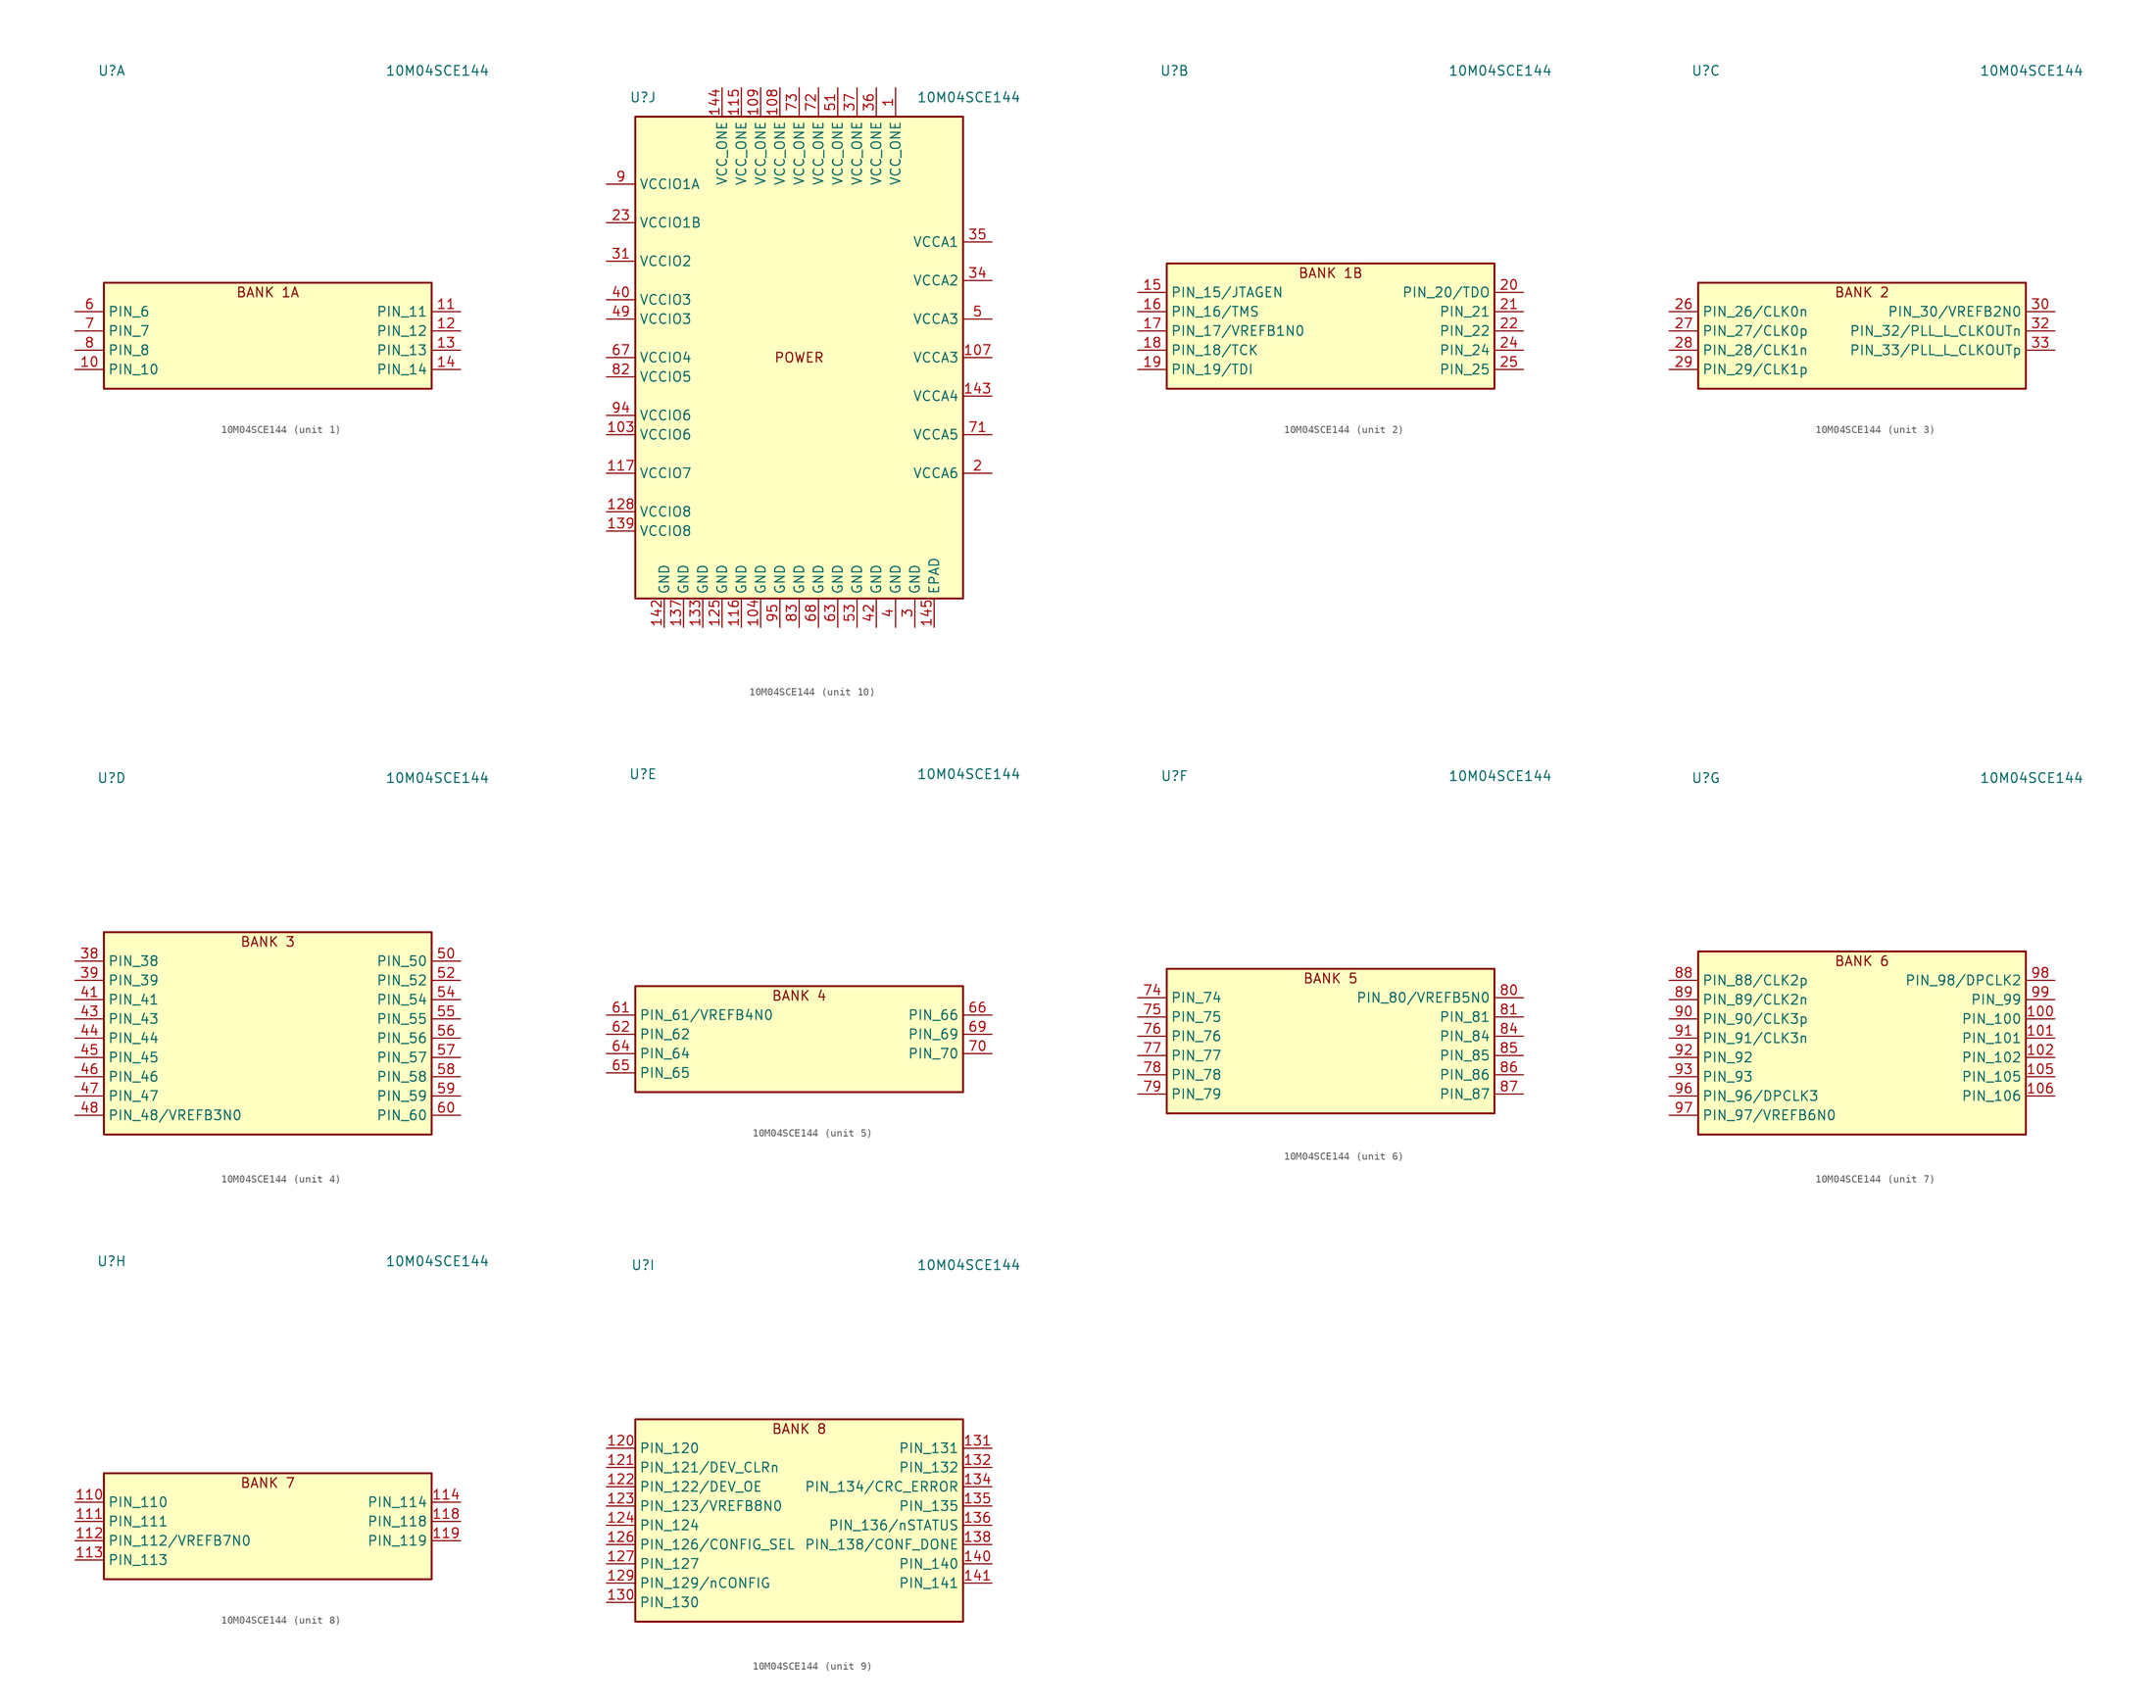
<source format=kicad_sym>
(kicad_symbol_lib
  (version 20241209)
  (generator "kicad_symbol_editor")
  (generator_version "9.0")
  (symbol "10M04SCE144"
    (property "Reference" "U"
      (at -20.574 34.29 0)
      (effects (font (size 1.27 1.27))))
    (property "Value" "10M04SCE144"
      (at 22.352 34.29 0)
      (effects (font (size 1.27 1.27))))
    (property "ki_locked" ""
      (at 0 0 0)
      (effects (font (size 1.27 1.27))))
    (symbol "10M04SCE144_1_1"
      (rectangle (start -21.59 6.35) (end 21.59 -7.62) (stroke (width 0.254) (type default)) (fill (type background)))
      (text "BANK 1A" (at 0 5.08 0) (effects (font (size 1.27 1.27))))
      (pin bidirectional line (at -25.4 2.54 0) (length 3.81) (name "PIN_6" (effects (font (size 1.27 1.27)))) (number "6" (effects (font (size 1.27 1.27)))))
      (pin bidirectional line (at -25.4 0 0) (length 3.81) (name "PIN_7" (effects (font (size 1.27 1.27)))) (number "7" (effects (font (size 1.27 1.27)))))
      (pin bidirectional line (at -25.4 -2.54 0) (length 3.81) (name "PIN_8" (effects (font (size 1.27 1.27)))) (number "8" (effects (font (size 1.27 1.27)))))
      (pin bidirectional line (at -25.4 -5.08 0) (length 3.81) (name "PIN_10" (effects (font (size 1.27 1.27)))) (number "10" (effects (font (size 1.27 1.27)))))
      (pin bidirectional line (at 25.4 2.54 180) (length 3.81) (name "PIN_11" (effects (font (size 1.27 1.27)))) (number "11" (effects (font (size 1.27 1.27)))))
      (pin bidirectional line (at 25.4 0 180) (length 3.81) (name "PIN_12" (effects (font (size 1.27 1.27)))) (number "12" (effects (font (size 1.27 1.27)))))
      (pin bidirectional line (at 25.4 -2.54 180) (length 3.81) (name "PIN_13" (effects (font (size 1.27 1.27)))) (number "13" (effects (font (size 1.27 1.27)))))
      (pin bidirectional line (at 25.4 -5.08 180) (length 3.81) (name "PIN_14" (effects (font (size 1.27 1.27)))) (number "14" (effects (font (size 1.27 1.27))))))
    (symbol "10M04SCE144_2_1"
      (rectangle (start -21.59 8.89) (end 21.59 -7.62) (stroke (width 0.254) (type default)) (fill (type background)))
      (text "BANK 1B" (at 0 7.62 0) (effects (font (size 1.27 1.27))))
      (pin bidirectional line (at -25.4 5.08 0) (length 3.81) (name "PIN_15/JTAGEN" (effects (font (size 1.27 1.27)))) (number "15" (effects (font (size 1.27 1.27)))))
      (pin bidirectional line (at -25.4 2.54 0) (length 3.81) (name "PIN_16/TMS" (effects (font (size 1.27 1.27)))) (number "16" (effects (font (size 1.27 1.27)))))
      (pin bidirectional line (at -25.4 0 0) (length 3.81) (name "PIN_17/VREFB1N0" (effects (font (size 1.27 1.27)))) (number "17" (effects (font (size 1.27 1.27)))))
      (pin bidirectional line (at -25.4 -2.54 0) (length 3.81) (name "PIN_18/TCK" (effects (font (size 1.27 1.27)))) (number "18" (effects (font (size 1.27 1.27)))))
      (pin bidirectional line (at -25.4 -5.08 0) (length 3.81) (name "PIN_19/TDI" (effects (font (size 1.27 1.27)))) (number "19" (effects (font (size 1.27 1.27)))))
      (pin bidirectional line (at 25.4 5.08 180) (length 3.81) (name "PIN_20/TDO" (effects (font (size 1.27 1.27)))) (number "20" (effects (font (size 1.27 1.27)))))
      (pin bidirectional line (at 25.4 2.54 180) (length 3.81) (name "PIN_21" (effects (font (size 1.27 1.27)))) (number "21" (effects (font (size 1.27 1.27)))))
      (pin bidirectional line (at 25.4 0 180) (length 3.81) (name "PIN_22" (effects (font (size 1.27 1.27)))) (number "22" (effects (font (size 1.27 1.27)))))
      (pin bidirectional line (at 25.4 -2.54 180) (length 3.81) (name "PIN_24" (effects (font (size 1.27 1.27)))) (number "24" (effects (font (size 1.27 1.27)))))
      (pin bidirectional line (at 25.4 -5.08 180) (length 3.81) (name "PIN_25" (effects (font (size 1.27 1.27)))) (number "25" (effects (font (size 1.27 1.27))))))
    (symbol "10M04SCE144_3_1"
      (rectangle (start -21.59 6.35) (end 21.59 -7.62) (stroke (width 0.254) (type default)) (fill (type background)))
      (text "BANK 2" (at 0 5.08 0) (effects (font (size 1.27 1.27))))
      (pin bidirectional line (at -25.4 2.54 0) (length 3.81) (name "PIN_26/CLK0n" (effects (font (size 1.27 1.27)))) (number "26" (effects (font (size 1.27 1.27)))))
      (pin bidirectional line (at -25.4 0 0) (length 3.81) (name "PIN_27/CLK0p" (effects (font (size 1.27 1.27)))) (number "27" (effects (font (size 1.27 1.27)))))
      (pin bidirectional line (at -25.4 -2.54 0) (length 3.81) (name "PIN_28/CLK1n" (effects (font (size 1.27 1.27)))) (number "28" (effects (font (size 1.27 1.27)))))
      (pin bidirectional line (at -25.4 -5.08 0) (length 3.81) (name "PIN_29/CLK1p" (effects (font (size 1.27 1.27)))) (number "29" (effects (font (size 1.27 1.27)))))
      (pin bidirectional line (at 25.4 2.54 180) (length 3.81) (name "PIN_30/VREFB2N0" (effects (font (size 1.27 1.27)))) (number "30" (effects (font (size 1.27 1.27)))))
      (pin bidirectional line (at 25.4 0 180) (length 3.81) (name "PIN_32/PLL_L_CLKOUTn" (effects (font (size 1.27 1.27)))) (number "32" (effects (font (size 1.27 1.27)))))
      (pin bidirectional line (at 25.4 -2.54 180) (length 3.81) (name "PIN_33/PLL_L_CLKOUTp" (effects (font (size 1.27 1.27)))) (number "33" (effects (font (size 1.27 1.27))))))
    (symbol "10M04SCE144_4_1"
      (rectangle (start -21.59 13.97) (end 21.59 -12.7) (stroke (width 0.254) (type default)) (fill (type background)))
      (text "BANK 3" (at 0 12.7 0) (effects (font (size 1.27 1.27))))
      (pin bidirectional line (at -25.4 10.16 0) (length 3.81) (name "PIN_38" (effects (font (size 1.27 1.27)))) (number "38" (effects (font (size 1.27 1.27)))))
      (pin bidirectional line (at -25.4 7.62 0) (length 3.81) (name "PIN_39" (effects (font (size 1.27 1.27)))) (number "39" (effects (font (size 1.27 1.27)))))
      (pin bidirectional line (at -25.4 5.08 0) (length 3.81) (name "PIN_41" (effects (font (size 1.27 1.27)))) (number "41" (effects (font (size 1.27 1.27)))))
      (pin bidirectional line (at -25.4 2.54 0) (length 3.81) (name "PIN_43" (effects (font (size 1.27 1.27)))) (number "43" (effects (font (size 1.27 1.27)))))
      (pin bidirectional line (at -25.4 0 0) (length 3.81) (name "PIN_44" (effects (font (size 1.27 1.27)))) (number "44" (effects (font (size 1.27 1.27)))))
      (pin bidirectional line (at -25.4 -2.54 0) (length 3.81) (name "PIN_45" (effects (font (size 1.27 1.27)))) (number "45" (effects (font (size 1.27 1.27)))))
      (pin bidirectional line (at -25.4 -5.08 0) (length 3.81) (name "PIN_46" (effects (font (size 1.27 1.27)))) (number "46" (effects (font (size 1.27 1.27)))))
      (pin bidirectional line (at -25.4 -7.62 0) (length 3.81) (name "PIN_47" (effects (font (size 1.27 1.27)))) (number "47" (effects (font (size 1.27 1.27)))))
      (pin bidirectional line (at -25.4 -10.16 0) (length 3.81) (name "PIN_48/VREFB3N0" (effects (font (size 1.27 1.27)))) (number "48" (effects (font (size 1.27 1.27)))))
      (pin bidirectional line (at 25.4 10.16 180) (length 3.81) (name "PIN_50" (effects (font (size 1.27 1.27)))) (number "50" (effects (font (size 1.27 1.27)))))
      (pin bidirectional line (at 25.4 7.62 180) (length 3.81) (name "PIN_52" (effects (font (size 1.27 1.27)))) (number "52" (effects (font (size 1.27 1.27)))))
      (pin bidirectional line (at 25.4 5.08 180) (length 3.81) (name "PIN_54" (effects (font (size 1.27 1.27)))) (number "54" (effects (font (size 1.27 1.27)))))
      (pin bidirectional line (at 25.4 2.54 180) (length 3.81) (name "PIN_55" (effects (font (size 1.27 1.27)))) (number "55" (effects (font (size 1.27 1.27)))))
      (pin bidirectional line (at 25.4 0 180) (length 3.81) (name "PIN_56" (effects (font (size 1.27 1.27)))) (number "56" (effects (font (size 1.27 1.27)))))
      (pin bidirectional line (at 25.4 -2.54 180) (length 3.81) (name "PIN_57" (effects (font (size 1.27 1.27)))) (number "57" (effects (font (size 1.27 1.27)))))
      (pin bidirectional line (at 25.4 -5.08 180) (length 3.81) (name "PIN_58" (effects (font (size 1.27 1.27)))) (number "58" (effects (font (size 1.27 1.27)))))
      (pin bidirectional line (at 25.4 -7.62 180) (length 3.81) (name "PIN_59" (effects (font (size 1.27 1.27)))) (number "59" (effects (font (size 1.27 1.27)))))
      (pin bidirectional line (at 25.4 -10.16 180) (length 3.81) (name "PIN_60" (effects (font (size 1.27 1.27)))) (number "60" (effects (font (size 1.27 1.27))))))
    (symbol "10M04SCE144_5_1"
      (rectangle (start -21.59 6.35) (end 21.59 -7.62) (stroke (width 0.254) (type default)) (fill (type background)))
      (text "BANK 4" (at 0 5.08 0) (effects (font (size 1.27 1.27))))
      (pin bidirectional line (at -25.4 2.54 0) (length 3.81) (name "PIN_61/VREFB4N0" (effects (font (size 1.27 1.27)))) (number "61" (effects (font (size 1.27 1.27)))))
      (pin bidirectional line (at -25.4 0 0) (length 3.81) (name "PIN_62" (effects (font (size 1.27 1.27)))) (number "62" (effects (font (size 1.27 1.27)))))
      (pin bidirectional line (at -25.4 -2.54 0) (length 3.81) (name "PIN_64" (effects (font (size 1.27 1.27)))) (number "64" (effects (font (size 1.27 1.27)))))
      (pin bidirectional line (at -25.4 -5.08 0) (length 3.81) (name "PIN_65" (effects (font (size 1.27 1.27)))) (number "65" (effects (font (size 1.27 1.27)))))
      (pin bidirectional line (at 25.4 2.54 180) (length 3.81) (name "PIN_66" (effects (font (size 1.27 1.27)))) (number "66" (effects (font (size 1.27 1.27)))))
      (pin bidirectional line (at 25.4 0 180) (length 3.81) (name "PIN_69" (effects (font (size 1.27 1.27)))) (number "69" (effects (font (size 1.27 1.27)))))
      (pin bidirectional line (at 25.4 -2.54 180) (length 3.81) (name "PIN_70" (effects (font (size 1.27 1.27)))) (number "70" (effects (font (size 1.27 1.27))))))
    (symbol "10M04SCE144_6_1"
      (rectangle (start -21.59 8.89) (end 21.59 -10.16) (stroke (width 0.254) (type default)) (fill (type background)))
      (text "BANK 5" (at 0 7.62 0) (effects (font (size 1.27 1.27))))
      (pin bidirectional line (at -25.4 5.08 0) (length 3.81) (name "PIN_74" (effects (font (size 1.27 1.27)))) (number "74" (effects (font (size 1.27 1.27)))))
      (pin bidirectional line (at -25.4 2.54 0) (length 3.81) (name "PIN_75" (effects (font (size 1.27 1.27)))) (number "75" (effects (font (size 1.27 1.27)))))
      (pin bidirectional line (at -25.4 0 0) (length 3.81) (name "PIN_76" (effects (font (size 1.27 1.27)))) (number "76" (effects (font (size 1.27 1.27)))))
      (pin bidirectional line (at -25.4 -2.54 0) (length 3.81) (name "PIN_77" (effects (font (size 1.27 1.27)))) (number "77" (effects (font (size 1.27 1.27)))))
      (pin bidirectional line (at -25.4 -5.08 0) (length 3.81) (name "PIN_78" (effects (font (size 1.27 1.27)))) (number "78" (effects (font (size 1.27 1.27)))))
      (pin bidirectional line (at -25.4 -7.62 0) (length 3.81) (name "PIN_79" (effects (font (size 1.27 1.27)))) (number "79" (effects (font (size 1.27 1.27)))))
      (pin bidirectional line (at 25.4 5.08 180) (length 3.81) (name "PIN_80/VREFB5N0" (effects (font (size 1.27 1.27)))) (number "80" (effects (font (size 1.27 1.27)))))
      (pin bidirectional line (at 25.4 2.54 180) (length 3.81) (name "PIN_81" (effects (font (size 1.27 1.27)))) (number "81" (effects (font (size 1.27 1.27)))))
      (pin bidirectional line (at 25.4 0 180) (length 3.81) (name "PIN_84" (effects (font (size 1.27 1.27)))) (number "84" (effects (font (size 1.27 1.27)))))
      (pin bidirectional line (at 25.4 -2.54 180) (length 3.81) (name "PIN_85" (effects (font (size 1.27 1.27)))) (number "85" (effects (font (size 1.27 1.27)))))
      (pin bidirectional line (at 25.4 -5.08 180) (length 3.81) (name "PIN_86" (effects (font (size 1.27 1.27)))) (number "86" (effects (font (size 1.27 1.27)))))
      (pin bidirectional line (at 25.4 -7.62 180) (length 3.81) (name "PIN_87" (effects (font (size 1.27 1.27)))) (number "87" (effects (font (size 1.27 1.27))))))
    (symbol "10M04SCE144_7_1"
      (rectangle (start -21.59 11.43) (end 21.59 -12.7) (stroke (width 0.254) (type default)) (fill (type background)))
      (text "BANK 6" (at 0 10.16 0) (effects (font (size 1.27 1.27))))
      (pin bidirectional line (at -25.4 7.62 0) (length 3.81) (name "PIN_88/CLK2p" (effects (font (size 1.27 1.27)))) (number "88" (effects (font (size 1.27 1.27)))))
      (pin bidirectional line (at -25.4 5.08 0) (length 3.81) (name "PIN_89/CLK2n" (effects (font (size 1.27 1.27)))) (number "89" (effects (font (size 1.27 1.27)))))
      (pin bidirectional line (at -25.4 2.54 0) (length 3.81) (name "PIN_90/CLK3p" (effects (font (size 1.27 1.27)))) (number "90" (effects (font (size 1.27 1.27)))))
      (pin bidirectional line (at -25.4 0 0) (length 3.81) (name "PIN_91/CLK3n" (effects (font (size 1.27 1.27)))) (number "91" (effects (font (size 1.27 1.27)))))
      (pin bidirectional line (at -25.4 -2.54 0) (length 3.81) (name "PIN_92" (effects (font (size 1.27 1.27)))) (number "92" (effects (font (size 1.27 1.27)))))
      (pin bidirectional line (at -25.4 -5.08 0) (length 3.81) (name "PIN_93" (effects (font (size 1.27 1.27)))) (number "93" (effects (font (size 1.27 1.27)))))
      (pin bidirectional line (at -25.4 -7.62 0) (length 3.81) (name "PIN_96/DPCLK3" (effects (font (size 1.27 1.27)))) (number "96" (effects (font (size 1.27 1.27)))))
      (pin bidirectional line (at -25.4 -10.16 0) (length 3.81) (name "PIN_97/VREFB6N0" (effects (font (size 1.27 1.27)))) (number "97" (effects (font (size 1.27 1.27)))))
      (pin bidirectional line (at 25.4 7.62 180) (length 3.81) (name "PIN_98/DPCLK2" (effects (font (size 1.27 1.27)))) (number "98" (effects (font (size 1.27 1.27)))))
      (pin bidirectional line (at 25.4 5.08 180) (length 3.81) (name "PIN_99" (effects (font (size 1.27 1.27)))) (number "99" (effects (font (size 1.27 1.27)))))
      (pin bidirectional line (at 25.4 2.54 180) (length 3.81) (name "PIN_100" (effects (font (size 1.27 1.27)))) (number "100" (effects (font (size 1.27 1.27)))))
      (pin bidirectional line (at 25.4 0 180) (length 3.81) (name "PIN_101" (effects (font (size 1.27 1.27)))) (number "101" (effects (font (size 1.27 1.27)))))
      (pin bidirectional line (at 25.4 -2.54 180) (length 3.81) (name "PIN_102" (effects (font (size 1.27 1.27)))) (number "102" (effects (font (size 1.27 1.27)))))
      (pin bidirectional line (at 25.4 -5.08 180) (length 3.81) (name "PIN_105" (effects (font (size 1.27 1.27)))) (number "105" (effects (font (size 1.27 1.27)))))
      (pin bidirectional line (at 25.4 -7.62 180) (length 3.81) (name "PIN_106" (effects (font (size 1.27 1.27)))) (number "106" (effects (font (size 1.27 1.27))))))
    (symbol "10M04SCE144_8_1"
      (rectangle (start -21.59 6.35) (end 21.59 -7.62) (stroke (width 0.254) (type default)) (fill (type background)))
      (text "BANK 7" (at 0 5.08 0) (effects (font (size 1.27 1.27))))
      (pin bidirectional line (at -25.4 2.54 0) (length 3.81) (name "PIN_110" (effects (font (size 1.27 1.27)))) (number "110" (effects (font (size 1.27 1.27)))))
      (pin bidirectional line (at -25.4 0 0) (length 3.81) (name "PIN_111" (effects (font (size 1.27 1.27)))) (number "111" (effects (font (size 1.27 1.27)))))
      (pin bidirectional line (at -25.4 -2.54 0) (length 3.81) (name "PIN_112/VREFB7N0" (effects (font (size 1.27 1.27)))) (number "112" (effects (font (size 1.27 1.27)))))
      (pin bidirectional line (at -25.4 -5.08 0) (length 3.81) (name "PIN_113" (effects (font (size 1.27 1.27)))) (number "113" (effects (font (size 1.27 1.27)))))
      (pin bidirectional line (at 25.4 2.54 180) (length 3.81) (name "PIN_114" (effects (font (size 1.27 1.27)))) (number "114" (effects (font (size 1.27 1.27)))))
      (pin bidirectional line (at 25.4 0 180) (length 3.81) (name "PIN_118" (effects (font (size 1.27 1.27)))) (number "118" (effects (font (size 1.27 1.27)))))
      (pin bidirectional line (at 25.4 -2.54 180) (length 3.81) (name "PIN_119" (effects (font (size 1.27 1.27)))) (number "119" (effects (font (size 1.27 1.27))))))
    (symbol "10M04SCE144_9_1"
      (rectangle (start -21.59 13.97) (end 21.59 -12.7) (stroke (width 0.254) (type default)) (fill (type background)))
      (text "BANK 8" (at 0 12.7 0) (effects (font (size 1.27 1.27))))
      (pin bidirectional line (at -25.4 10.16 0) (length 3.81) (name "PIN_120" (effects (font (size 1.27 1.27)))) (number "120" (effects (font (size 1.27 1.27)))))
      (pin bidirectional line (at -25.4 7.62 0) (length 3.81) (name "PIN_121/DEV_CLRn" (effects (font (size 1.27 1.27)))) (number "121" (effects (font (size 1.27 1.27)))))
      (pin bidirectional line (at -25.4 5.08 0) (length 3.81) (name "PIN_122/DEV_OE" (effects (font (size 1.27 1.27)))) (number "122" (effects (font (size 1.27 1.27)))))
      (pin bidirectional line (at -25.4 2.54 0) (length 3.81) (name "PIN_123/VREFB8N0" (effects (font (size 1.27 1.27)))) (number "123" (effects (font (size 1.27 1.27)))))
      (pin bidirectional line (at -25.4 0 0) (length 3.81) (name "PIN_124" (effects (font (size 1.27 1.27)))) (number "124" (effects (font (size 1.27 1.27)))))
      (pin bidirectional line (at -25.4 -2.54 0) (length 3.81) (name "PIN_126/CONFIG_SEL" (effects (font (size 1.27 1.27)))) (number "126" (effects (font (size 1.27 1.27)))))
      (pin bidirectional line (at -25.4 -5.08 0) (length 3.81) (name "PIN_127" (effects (font (size 1.27 1.27)))) (number "127" (effects (font (size 1.27 1.27)))))
      (pin input line (at -25.4 -7.62 0) (length 3.81) (name "PIN_129/nCONFIG" (effects (font (size 1.27 1.27)))) (number "129" (effects (font (size 1.27 1.27)))))
      (pin bidirectional line (at -25.4 -10.16 0) (length 3.81) (name "PIN_130" (effects (font (size 1.27 1.27)))) (number "130" (effects (font (size 1.27 1.27)))))
      (pin bidirectional line (at 25.4 10.16 180) (length 3.81) (name "PIN_131" (effects (font (size 1.27 1.27)))) (number "131" (effects (font (size 1.27 1.27)))))
      (pin bidirectional line (at 25.4 7.62 180) (length 3.81) (name "PIN_132" (effects (font (size 1.27 1.27)))) (number "132" (effects (font (size 1.27 1.27)))))
      (pin bidirectional line (at 25.4 5.08 180) (length 3.81) (name "PIN_134/CRC_ERROR" (effects (font (size 1.27 1.27)))) (number "134" (effects (font (size 1.27 1.27)))))
      (pin bidirectional line (at 25.4 2.54 180) (length 3.81) (name "PIN_135" (effects (font (size 1.27 1.27)))) (number "135" (effects (font (size 1.27 1.27)))))
      (pin bidirectional line (at 25.4 0 180) (length 3.81) (name "PIN_136/nSTATUS" (effects (font (size 1.27 1.27)))) (number "136" (effects (font (size 1.27 1.27)))))
      (pin bidirectional line (at 25.4 -2.54 180) (length 3.81) (name "PIN_138/CONF_DONE" (effects (font (size 1.27 1.27)))) (number "138" (effects (font (size 1.27 1.27)))))
      (pin bidirectional line (at 25.4 -5.08 180) (length 3.81) (name "PIN_140" (effects (font (size 1.27 1.27)))) (number "140" (effects (font (size 1.27 1.27)))))
      (pin bidirectional line (at 25.4 -7.62 180) (length 3.81) (name "PIN_141" (effects (font (size 1.27 1.27)))) (number "141" (effects (font (size 1.27 1.27))))))
    (symbol "10M04SCE144_10_1"
      (rectangle (start -21.59 31.75) (end 21.59 -31.75) (stroke (width 0.254) (type default)) (fill (type background)))
      (text "POWER" (at 0 0 0) (effects (font (size 1.27 1.27))))
      (pin power_in line (at -25.4 22.86 0) (length 3.81) (name "VCCIO1A" (effects (font (size 1.27 1.27)))) (number "9" (effects (font (size 1.27 1.27)))))
      (pin power_in line (at -25.4 17.78 0) (length 3.81) (name "VCCIO1B" (effects (font (size 1.27 1.27)))) (number "23" (effects (font (size 1.27 1.27)))))
      (pin power_in line (at -25.4 12.7 0) (length 3.81) (name "VCCIO2" (effects (font (size 1.27 1.27)))) (number "31" (effects (font (size 1.27 1.27)))))
      (pin power_in line (at -25.4 7.62 0) (length 3.81) (name "VCCIO3" (effects (font (size 1.27 1.27)))) (number "40" (effects (font (size 1.27 1.27)))))
      (pin power_in line (at -25.4 5.08 0) (length 3.81) (name "VCCIO3" (effects (font (size 1.27 1.27)))) (number "49" (effects (font (size 1.27 1.27)))))
      (pin power_in line (at -25.4 0 0) (length 3.81) (name "VCCIO4" (effects (font (size 1.27 1.27)))) (number "67" (effects (font (size 1.27 1.27)))))
      (pin power_in line (at -25.4 -2.54 0) (length 3.81) (name "VCCIO5" (effects (font (size 1.27 1.27)))) (number "82" (effects (font (size 1.27 1.27)))))
      (pin power_in line (at -25.4 -7.62 0) (length 3.81) (name "VCCIO6" (effects (font (size 1.27 1.27)))) (number "94" (effects (font (size 1.27 1.27)))))
      (pin power_in line (at -25.4 -10.16 0) (length 3.81) (name "VCCIO6" (effects (font (size 1.27 1.27)))) (number "103" (effects (font (size 1.27 1.27)))))
      (pin power_in line (at -25.4 -15.24 0) (length 3.81) (name "VCCIO7" (effects (font (size 1.27 1.27)))) (number "117" (effects (font (size 1.27 1.27)))))
      (pin power_in line (at -25.4 -20.32 0) (length 3.81) (name "VCCIO8" (effects (font (size 1.27 1.27)))) (number "128" (effects (font (size 1.27 1.27)))))
      (pin power_in line (at -25.4 -22.86 0) (length 3.81) (name "VCCIO8" (effects (font (size 1.27 1.27)))) (number "139" (effects (font (size 1.27 1.27)))))
      (pin power_in line (at -17.78 -35.56 90) (length 3.81) (name "GND" (effects (font (size 1.27 1.27)))) (number "142" (effects (font (size 1.27 1.27)))))
      (pin power_in line (at -15.24 -35.56 90) (length 3.81) (name "GND" (effects (font (size 1.27 1.27)))) (number "137" (effects (font (size 1.27 1.27)))))
      (pin power_in line (at -12.7 -35.56 90) (length 3.81) (name "GND" (effects (font (size 1.27 1.27)))) (number "133" (effects (font (size 1.27 1.27)))))
      (pin power_in line (at -10.16 35.56 270) (length 3.81) (name "VCC_ONE" (effects (font (size 1.27 1.27)))) (number "144" (effects (font (size 1.27 1.27)))))
      (pin power_in line (at -10.16 -35.56 90) (length 3.81) (name "GND" (effects (font (size 1.27 1.27)))) (number "125" (effects (font (size 1.27 1.27)))))
      (pin power_in line (at -7.62 35.56 270) (length 3.81) (name "VCC_ONE" (effects (font (size 1.27 1.27)))) (number "115" (effects (font (size 1.27 1.27)))))
      (pin power_in line (at -7.62 -35.56 90) (length 3.81) (name "GND" (effects (font (size 1.27 1.27)))) (number "116" (effects (font (size 1.27 1.27)))))
      (pin power_in line (at -5.08 35.56 270) (length 3.81) (name "VCC_ONE" (effects (font (size 1.27 1.27)))) (number "109" (effects (font (size 1.27 1.27)))))
      (pin power_in line (at -5.08 -35.56 90) (length 3.81) (name "GND" (effects (font (size 1.27 1.27)))) (number "104" (effects (font (size 1.27 1.27)))))
      (pin power_in line (at -2.54 35.56 270) (length 3.81) (name "VCC_ONE" (effects (font (size 1.27 1.27)))) (number "108" (effects (font (size 1.27 1.27)))))
      (pin power_in line (at -2.54 -35.56 90) (length 3.81) (name "GND" (effects (font (size 1.27 1.27)))) (number "95" (effects (font (size 1.27 1.27)))))
      (pin power_in line (at 0 35.56 270) (length 3.81) (name "VCC_ONE" (effects (font (size 1.27 1.27)))) (number "73" (effects (font (size 1.27 1.27)))))
      (pin power_in line (at 0 -35.56 90) (length 3.81) (name "GND" (effects (font (size 1.27 1.27)))) (number "83" (effects (font (size 1.27 1.27)))))
      (pin power_in line (at 2.54 35.56 270) (length 3.81) (name "VCC_ONE" (effects (font (size 1.27 1.27)))) (number "72" (effects (font (size 1.27 1.27)))))
      (pin power_in line (at 2.54 -35.56 90) (length 3.81) (name "GND" (effects (font (size 1.27 1.27)))) (number "68" (effects (font (size 1.27 1.27)))))
      (pin power_in line (at 5.08 35.56 270) (length 3.81) (name "VCC_ONE" (effects (font (size 1.27 1.27)))) (number "51" (effects (font (size 1.27 1.27)))))
      (pin power_in line (at 5.08 -35.56 90) (length 3.81) (name "GND" (effects (font (size 1.27 1.27)))) (number "63" (effects (font (size 1.27 1.27)))))
      (pin power_in line (at 7.62 35.56 270) (length 3.81) (name "VCC_ONE" (effects (font (size 1.27 1.27)))) (number "37" (effects (font (size 1.27 1.27)))))
      (pin power_in line (at 7.62 -35.56 90) (length 3.81) (name "GND" (effects (font (size 1.27 1.27)))) (number "53" (effects (font (size 1.27 1.27)))))
      (pin power_in line (at 10.16 35.56 270) (length 3.81) (name "VCC_ONE" (effects (font (size 1.27 1.27)))) (number "36" (effects (font (size 1.27 1.27)))))
      (pin power_in line (at 10.16 -35.56 90) (length 3.81) (name "GND" (effects (font (size 1.27 1.27)))) (number "42" (effects (font (size 1.27 1.27)))))
      (pin power_in line (at 12.7 35.56 270) (length 3.81) (name "VCC_ONE" (effects (font (size 1.27 1.27)))) (number "1" (effects (font (size 1.27 1.27)))))
      (pin power_in line (at 12.7 -35.56 90) (length 3.81) (name "GND" (effects (font (size 1.27 1.27)))) (number "4" (effects (font (size 1.27 1.27)))))
      (pin power_in line (at 15.24 -35.56 90) (length 3.81) (name "GND" (effects (font (size 1.27 1.27)))) (number "3" (effects (font (size 1.27 1.27)))))
      (pin power_in line (at 17.78 -35.56 90) (length 3.81) (name "EPAD" (effects (font (size 1.27 1.27)))) (number "145" (effects (font (size 1.27 1.27)))))
      (pin power_in line (at 25.4 15.24 180) (length 3.81) (name "VCCA1" (effects (font (size 1.27 1.27)))) (number "35" (effects (font (size 1.27 1.27)))))
      (pin power_in line (at 25.4 10.16 180) (length 3.81) (name "VCCA2" (effects (font (size 1.27 1.27)))) (number "34" (effects (font (size 1.27 1.27)))))
      (pin power_in line (at 25.4 5.08 180) (length 3.81) (name "VCCA3" (effects (font (size 1.27 1.27)))) (number "5" (effects (font (size 1.27 1.27)))))
      (pin power_in line (at 25.4 0 180) (length 3.81) (name "VCCA3" (effects (font (size 1.27 1.27)))) (number "107" (effects (font (size 1.27 1.27)))))
      (pin power_in line (at 25.4 -5.08 180) (length 3.81) (name "VCCA4" (effects (font (size 1.27 1.27)))) (number "143" (effects (font (size 1.27 1.27)))))
      (pin power_in line (at 25.4 -10.16 180) (length 3.81) (name "VCCA5" (effects (font (size 1.27 1.27)))) (number "71" (effects (font (size 1.27 1.27)))))
      (pin power_in line (at 25.4 -15.24 180) (length 3.81) (name "VCCA6" (effects (font (size 1.27 1.27)))) (number "2" (effects (font (size 1.27 1.27))))))))
</source>
